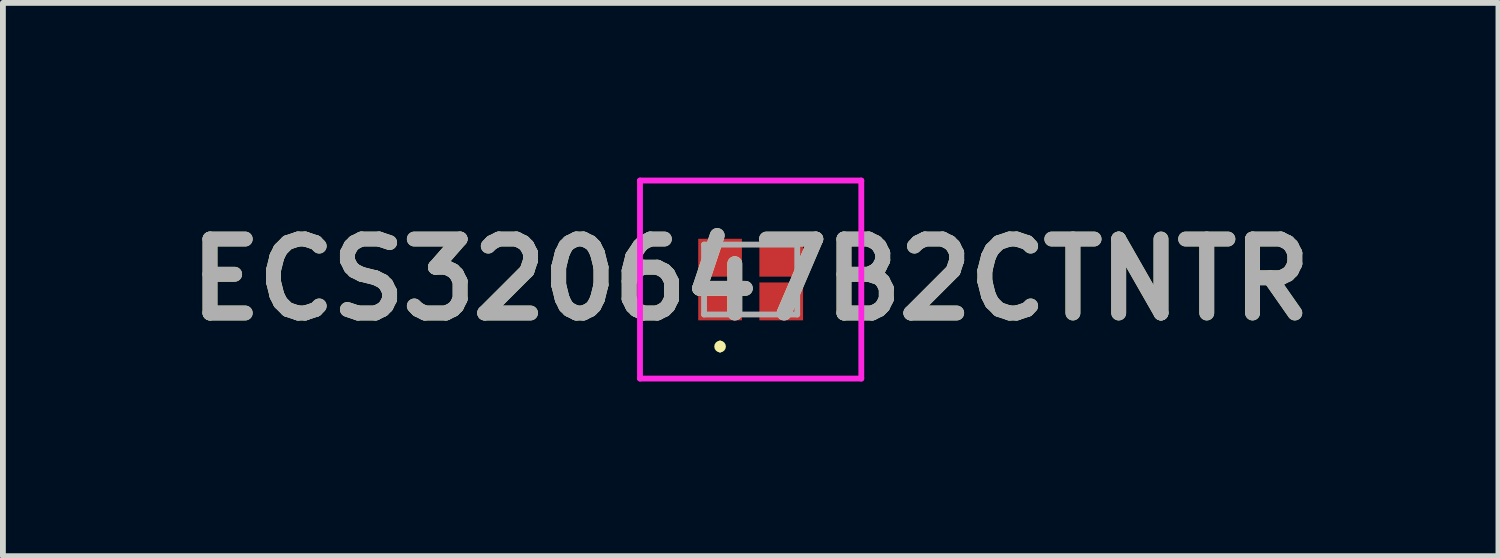
<source format=kicad_pcb>
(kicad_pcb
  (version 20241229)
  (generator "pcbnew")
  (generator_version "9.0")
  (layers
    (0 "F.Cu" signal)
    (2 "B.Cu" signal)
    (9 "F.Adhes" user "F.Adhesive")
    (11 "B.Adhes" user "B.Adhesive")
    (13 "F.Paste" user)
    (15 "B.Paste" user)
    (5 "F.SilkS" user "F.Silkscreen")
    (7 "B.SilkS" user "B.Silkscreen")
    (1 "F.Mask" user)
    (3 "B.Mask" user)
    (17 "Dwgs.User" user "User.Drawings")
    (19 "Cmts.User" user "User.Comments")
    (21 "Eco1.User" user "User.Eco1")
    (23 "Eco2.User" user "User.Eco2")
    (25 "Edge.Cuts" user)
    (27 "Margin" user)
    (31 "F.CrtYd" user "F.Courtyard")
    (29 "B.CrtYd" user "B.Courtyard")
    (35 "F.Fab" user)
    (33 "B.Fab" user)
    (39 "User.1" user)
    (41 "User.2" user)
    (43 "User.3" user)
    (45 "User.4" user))
  (footprint "ECS320647B2CTNTR"
    (layer "F.Cu")
    (at 9.839 1.75)
    (property "Reference" "ECS320647B2CTNTR" (at 0 0 0) (layer "F.SilkS") (effects (font (size 1.27 1.27) (thickness 0.254))))
    (attr smd)
    (fp_line (start -0.525 1.1) (end -0.525 1.1) (stroke (width 0.1) (type solid)) (layer "F.SilkS"))
    (fp_line (start -0.525 1.2) (end -0.525 1.2) (stroke (width 0.1) (type solid)) (layer "F.SilkS"))
    (fp_arc (start -0.525 1.1) (mid -0.475 1.15) (end -0.525 1.2) (stroke (width 0.1) (type solid)) (layer "F.SilkS"))
    (fp_arc (start -0.525 1.2) (mid -0.575 1.15) (end -0.525 1.1) (stroke (width 0.1) (type solid)) (layer "F.SilkS"))
    (fp_line (start -1.9 -1.7) (end 1.9 -1.7) (stroke (width 0.1) (type solid)) (layer "F.CrtYd"))
    (fp_line (start -1.9 1.7) (end -1.9 -1.7) (stroke (width 0.1) (type solid)) (layer "F.CrtYd"))
    (fp_line (start 1.9 -1.7) (end 1.9 1.7) (stroke (width 0.1) (type solid)) (layer "F.CrtYd"))
    (fp_line (start 1.9 1.7) (end -1.9 1.7) (stroke (width 0.1) (type solid)) (layer "F.CrtYd"))
    (fp_line (start -0.8 -0.6) (end -0.8 0.6) (stroke (width 0.1) (type solid)) (layer "F.Fab"))
    (fp_line (start -0.8 0.6) (end 0.8 0.6) (stroke (width 0.1) (type solid)) (layer "F.Fab"))
    (fp_line (start 0.8 -0.6) (end -0.8 -0.6) (stroke (width 0.1) (type solid)) (layer "F.Fab"))
    (fp_line (start 0.8 0.6) (end 0.8 -0.6) (stroke (width 0.1) (type solid)) (layer "F.Fab"))
    (fp_text user "${REFERENCE}" (at 0 0 0) (layer "F.Fab") (effects (font (size 1.27 1.27) (thickness 0.254))))
    (pad "1" smd rect (at -0.525 0.375 90) (size 0.65 0.75) (layers "F.Cu" "F.Mask" "F.Paste"))
    (pad "2" smd rect (at 0.525 0.375 90) (size 0.65 0.75) (layers "F.Cu" "F.Mask" "F.Paste"))
    (pad "3" smd rect (at 0.525 -0.375 90) (size 0.65 0.75) (layers "F.Cu" "F.Mask" "F.Paste"))
    (pad "4" smd rect (at -0.525 -0.375 90) (size 0.65 0.75) (layers "F.Cu" "F.Mask" "F.Paste")))
  (gr_rect
    (start -3 -3)
    (end 22.679 6.5)
    (stroke (width 0.1) (type default))
    (fill no)
    (layer "Edge.Cuts")))
</source>
